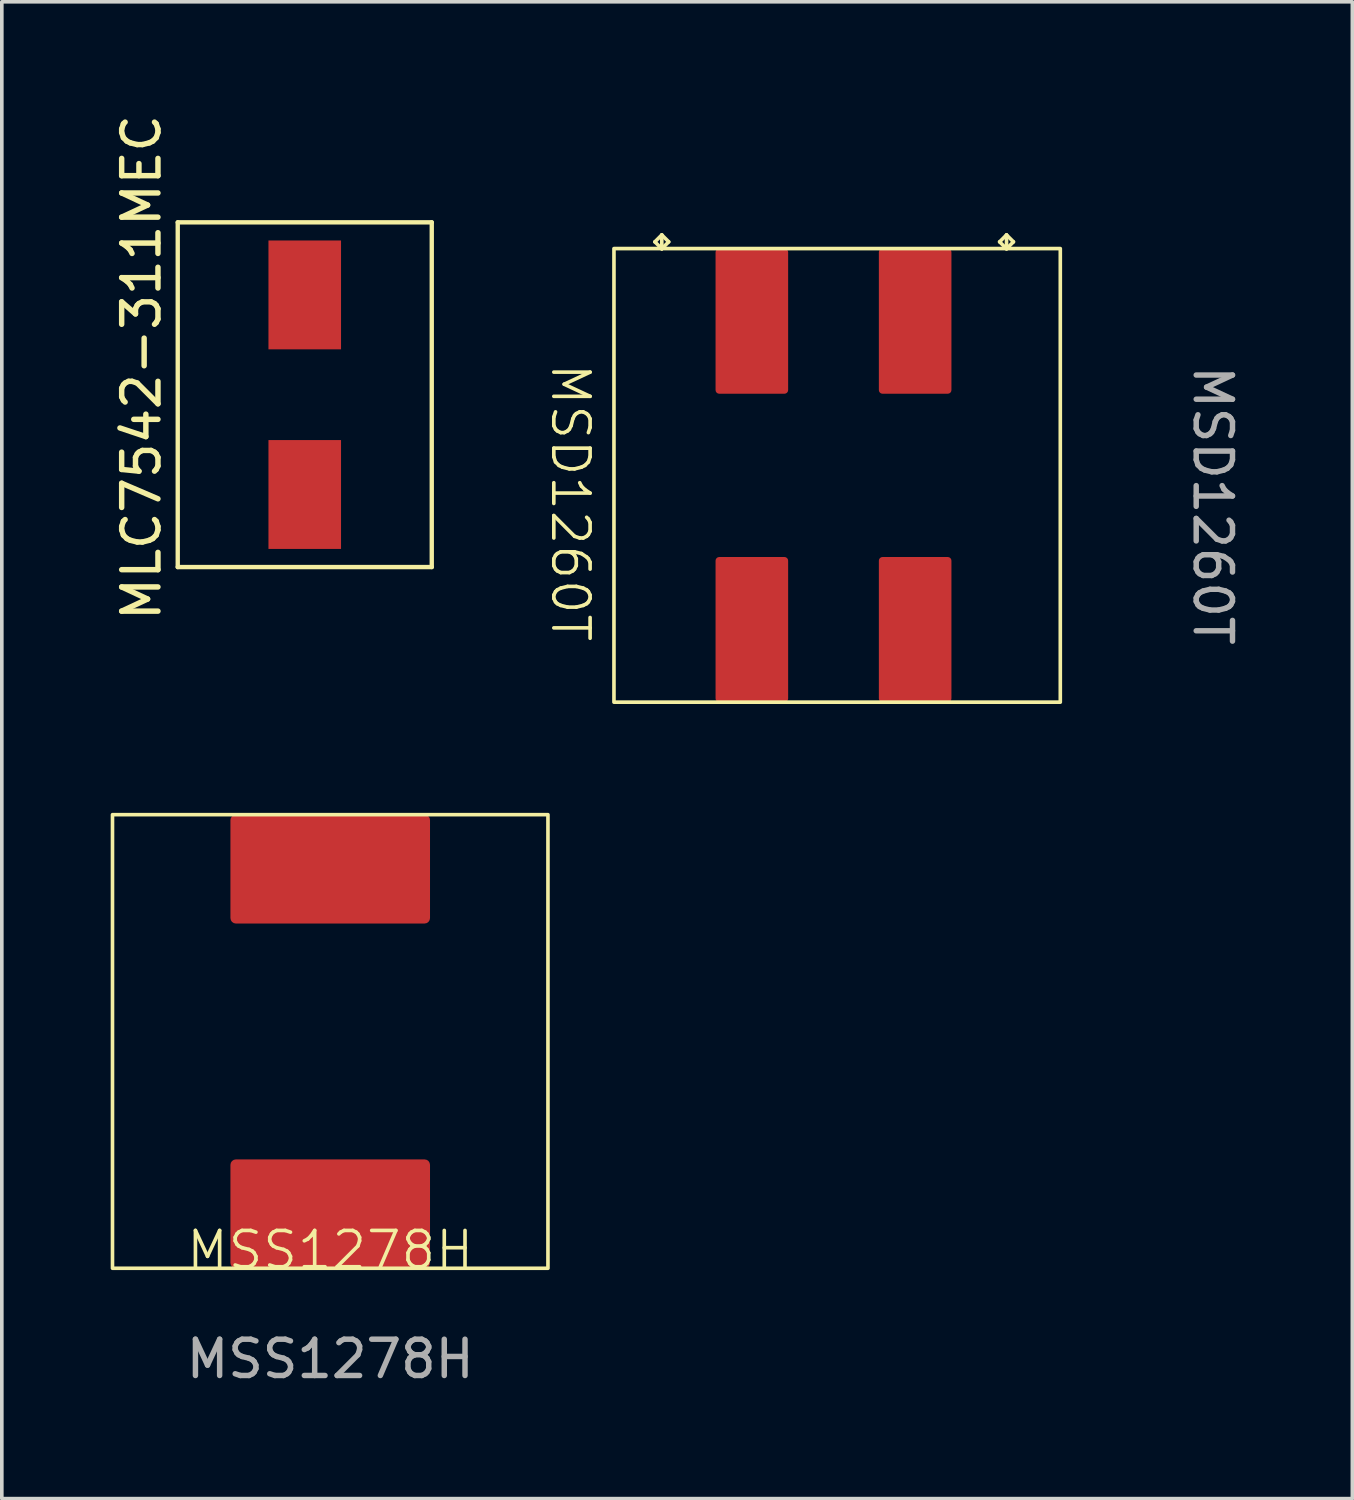
<source format=kicad_pcb>
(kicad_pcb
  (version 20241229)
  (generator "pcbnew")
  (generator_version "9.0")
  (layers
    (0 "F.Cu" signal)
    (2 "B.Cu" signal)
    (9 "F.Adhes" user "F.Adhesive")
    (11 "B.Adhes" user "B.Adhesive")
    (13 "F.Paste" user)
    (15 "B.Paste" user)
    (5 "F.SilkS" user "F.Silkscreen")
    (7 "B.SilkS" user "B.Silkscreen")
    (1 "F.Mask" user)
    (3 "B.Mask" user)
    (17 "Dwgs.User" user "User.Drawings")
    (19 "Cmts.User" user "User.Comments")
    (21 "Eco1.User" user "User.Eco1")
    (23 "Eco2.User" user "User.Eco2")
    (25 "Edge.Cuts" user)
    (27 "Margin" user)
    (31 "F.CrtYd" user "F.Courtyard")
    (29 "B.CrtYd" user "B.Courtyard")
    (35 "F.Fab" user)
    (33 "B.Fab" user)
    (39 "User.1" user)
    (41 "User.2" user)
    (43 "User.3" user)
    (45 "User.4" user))
  (footprint "MSD1260T"
    (layer "F.Cu")
    (at 17.669 5.8)
    (property "Reference" "MSD1260T" (at -5 5 270) (unlocked yes) (layer "F.SilkS") (effects (font (size 1 1) (thickness 0.1))))
    (attr smd)
    (fp_rect (start -3.8 -2) (end 8.5 10.5) (stroke (width 0.1) (type default)) (fill no) (layer "F.SilkS"))
    (fp_text user "." (at -3.5 -1.5 0) (unlocked yes) (layer "F.SilkS") (effects (font (size 4 4) (thickness 0.1)) (justify left bottom)))
    (fp_text user "." (at 6 -1.5 0) (unlocked yes) (layer "F.SilkS") (effects (font (size 4 4) (thickness 0.1)) (justify left bottom)))
    (fp_text user "${REFERENCE}" (at 12.7 5.08 270) (unlocked yes) (layer "F.Fab") (effects (font (size 1 1) (thickness 0.15))))
    (pad "1" smd roundrect (at 4.5 0) (size 2 4) (layers "F.Cu" "F.Mask" "F.Paste") (roundrect_rratio 0.05))
    (pad "2" smd roundrect (at 0 0) (size 2 4) (layers "F.Cu" "F.Mask" "F.Paste") (roundrect_rratio 0.05))
    (pad "3" smd roundrect (at 0 8.5) (size 2 4) (layers "F.Cu" "F.Mask" "F.Paste") (roundrect_rratio 0.05))
    (pad "4" smd roundrect (at 4.5 8.5) (size 2 4) (layers "F.Cu" "F.Mask" "F.Paste") (roundrect_rratio 0.05)))
  (footprint "MLC7542-311MEC"
    (layer "F.Cu")
    (at 5.348 9.077)
    (property "Reference" "MLC7542-311MEC" (at -4.5 -2 90) (layer "F.SilkS") (effects (font (size 1 1) (thickness 0.15))))
    (attr through_hole)
    (fp_line (start -3.5 -6) (end -3.5 3.5) (stroke (width 0.12) (type solid)) (layer "F.SilkS"))
    (fp_line (start -3.5 3.5) (end 3.5 3.5) (stroke (width 0.12) (type solid)) (layer "F.SilkS"))
    (fp_line (start 3.5 -6) (end -3.5 -6) (stroke (width 0.12) (type solid)) (layer "F.SilkS"))
    (fp_line (start 3.5 3.5) (end 3.5 -6) (stroke (width 0.12) (type solid)) (layer "F.SilkS"))
    (pad "1" smd rect (at 0 1.5) (size 2 3) (layers "F.Cu" "F.Mask" "F.Paste"))
    (pad "2" smd rect (at 0 -4) (size 2 3) (layers "F.Cu" "F.Mask" "F.Paste")))
  (footprint "MSS1278H"
    (layer "F.Cu")
    (at 6.05 31.9)
    (property "Reference" "MSS1278H" (at 0 -0.5 0) (unlocked yes) (layer "F.SilkS") (effects (font (size 1 1) (thickness 0.1))))
    (attr smd)
    (fp_rect (start -6 -12.5) (end 6 0) (stroke (width 0.1) (type default)) (fill no) (layer "F.SilkS"))
    (fp_text user "${REFERENCE}" (at 0 2.5 0) (unlocked yes) (layer "F.Fab") (effects (font (size 1 1) (thickness 0.15))))
    (pad "1" smd roundrect (at 0 -1.5) (size 5.5 3) (layers "F.Cu" "F.Mask" "F.Paste") (roundrect_rratio 0.05))
    (pad "2" smd roundrect (at 0 -11) (size 5.5 3) (layers "F.Cu" "F.Mask" "F.Paste") (roundrect_rratio 0.05)))
  (gr_rect
    (start -3 -3)
    (end 34.217 38.248)
    (stroke (width 0.1) (type default))
    (fill no)
    (layer "Edge.Cuts")))
</source>
